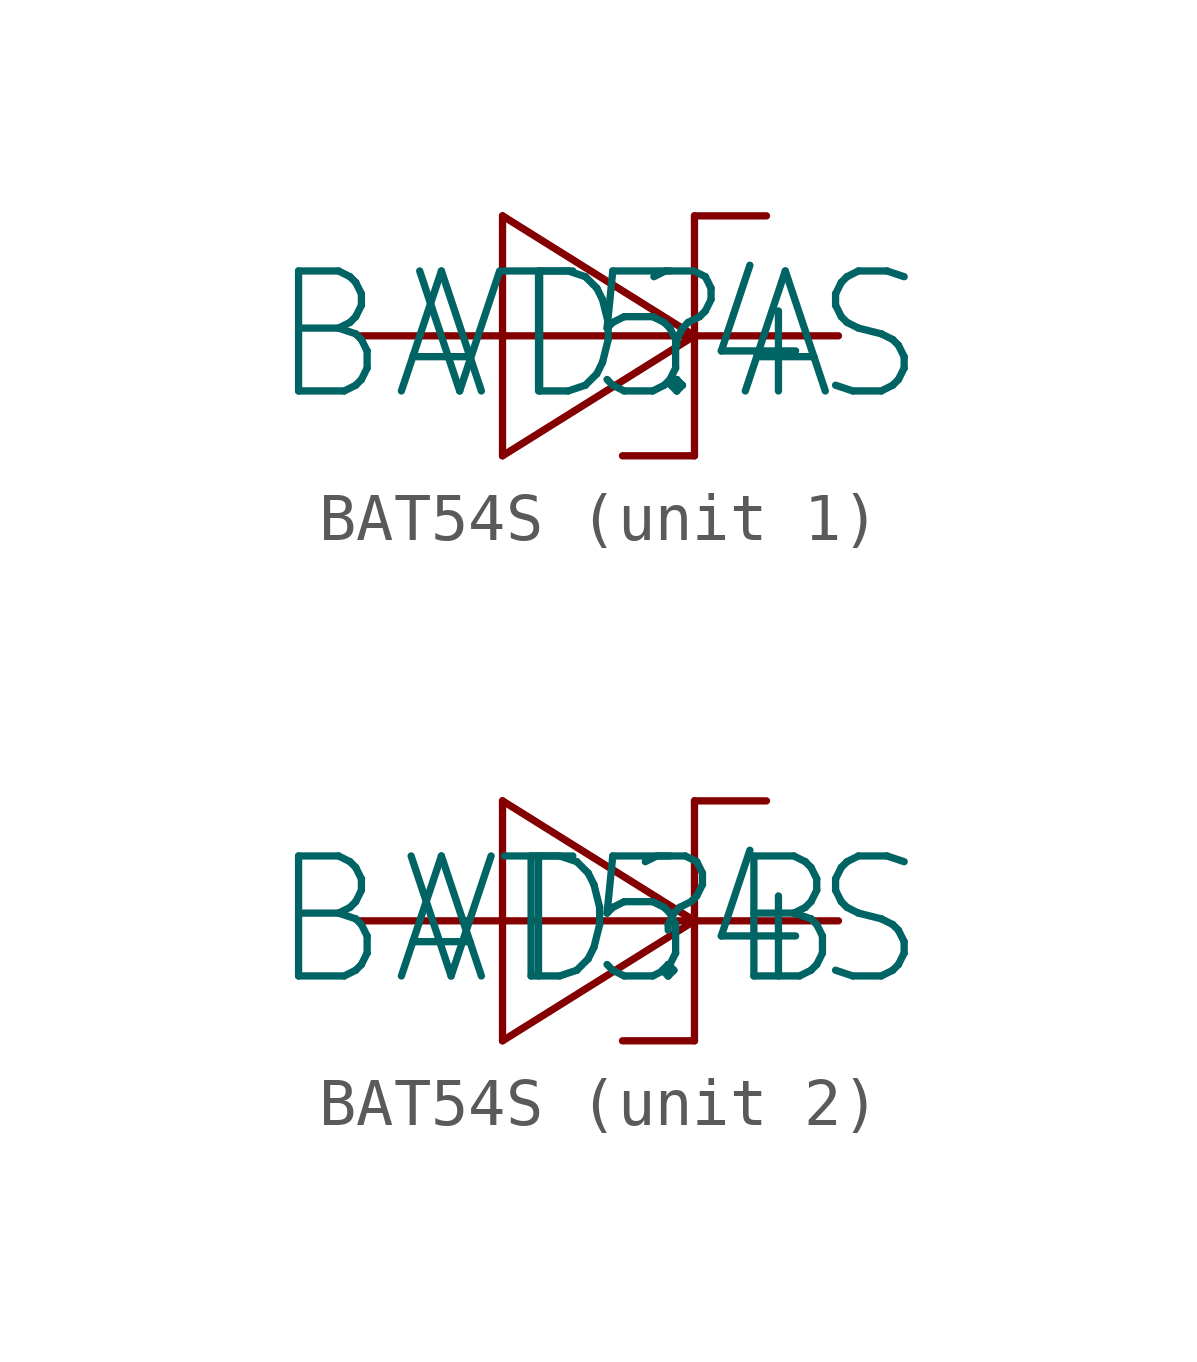
<source format=kicad_sym>
(kicad_symbol_lib
  (version 20220914)
  (generator kicad_symbol_editor)
  (symbol "BAT54S"
    (pin_numbers hide)
    (property "Reference" "VD"
      (at 0.5 0 0)
      (effects (font (size 2.5 2.5))))
    (property "Value" "BAT54S"
      (at 0 0 0)
      (effects (font (size 2.5 2.5))))
    (property "ki_locked" ""
      (at 0 0 0)
      (effects (font (size 1.27 1.27))))
    (symbol "BAT54S_0_1"
      (polyline (pts (xy -2 -2.5) (xy -2 2.5)) (stroke (width 0) (type default)) (fill (type none)))
      (polyline (pts (xy -2 -2.5) (xy 2 0)) (stroke (width 0) (type default)) (fill (type none)))
      (polyline (pts (xy -2 0) (xy 2 0)) (stroke (width 0) (type default)) (fill (type none)))
      (polyline (pts (xy -2 2.5) (xy 2 0)) (stroke (width 0) (type default)) (fill (type none)))
      (polyline (pts (xy 2 -2.5) (xy 0.5 -2.5)) (stroke (width 0) (type default)) (fill (type none)))
      (polyline (pts (xy 2 -2.5) (xy 2 2.5)) (stroke (width 0) (type default)) (fill (type none)))
      (polyline (pts (xy 2 2.5) (xy 3.5 2.5)) (stroke (width 0) (type default)) (fill (type none))))
    (symbol "BAT54S_1_1"
      (pin input line (at -5 0 0) (length 3) (name "" (effects (font (size 2.5 2.5)))) (number "1" (effects (font (size 2.5 2.5)))))
      (pin input line (at 5 0 180) (length 3) (name "" (effects (font (size 2.5 2.5)))) (number "3" (effects (font (size 2.5 2.5))))))
    (symbol "BAT54S_2_1"
      (pin input line (at 5 0 180) (length 3) (name "" (effects (font (size 2.5 2.5)))) (number "2" (effects (font (size 2.5 2.5)))))
      (pin input line (at -5 0 0) (length 3) (name "" (effects (font (size 2.5 2.5)))) (number "3" (effects (font (size 2.5 2.5))))))))
</source>
